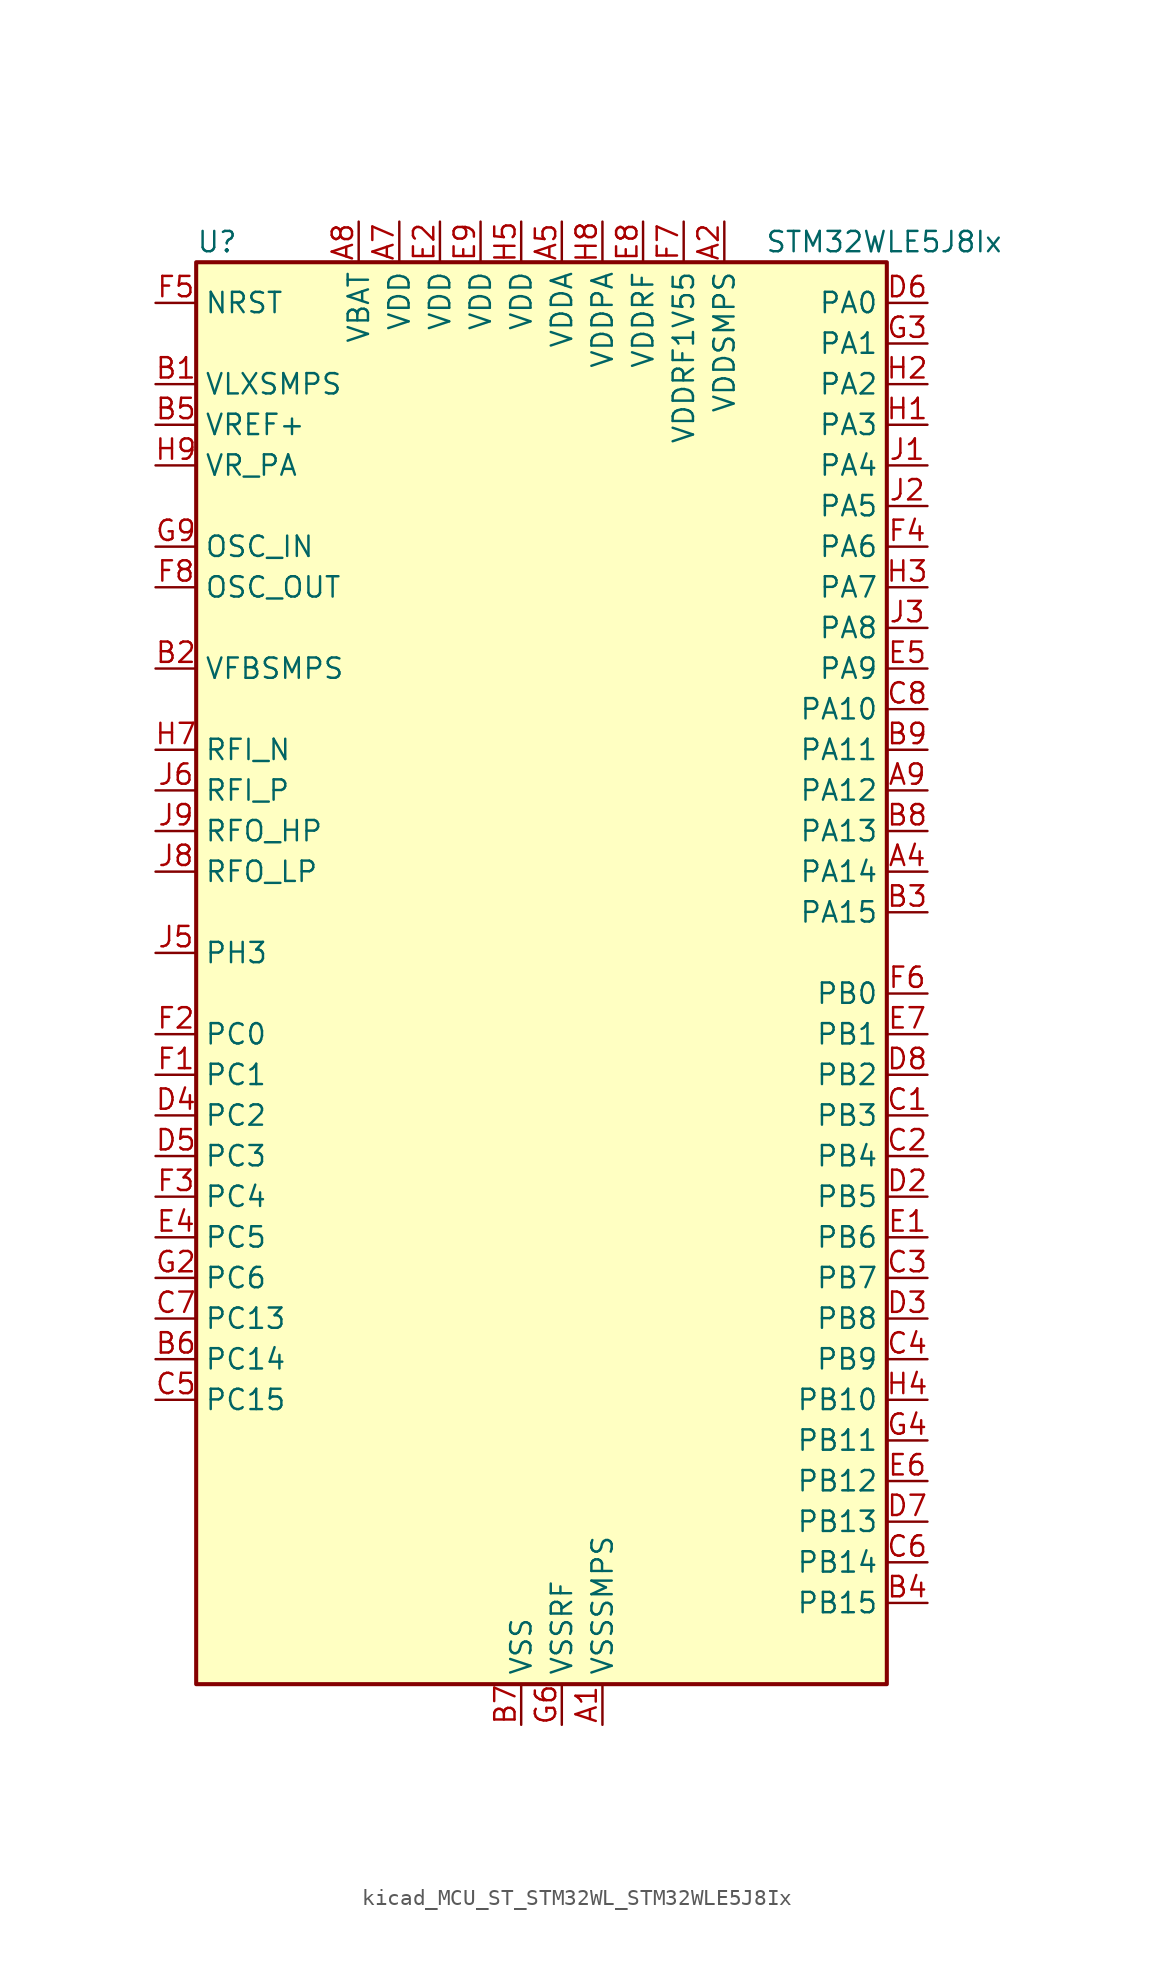
<source format=kicad_sym>
(kicad_symbol_lib
  (version 20220914)
  (generator kicad_symbol_editor)
  (symbol "kicad_MCU_ST_STM32WL_STM32WLE5J8Ix"
    (property "Reference" "U"
      (at -20.32 46.99 0)
      (effects (font (size 1.27 1.27)) (justify left)))
    (property "Value" "STM32WLE5J8Ix"
      (at 15.24 46.99 0)
      (effects (font (size 1.27 1.27)) (justify left)))
    (property "ki_locked" ""
      (at 0 0 0)
      (effects (font (size 1.27 1.27))))
    (symbol "kicad_MCU_ST_STM32WL_STM32WLE5J8Ix_0_1"
      (rectangle (start -20.32 -43.18) (end 22.86 45.72) (stroke (width 0.254) (type default)) (fill (type background))))
    (symbol "kicad_MCU_ST_STM32WL_STM32WLE5J8Ix_1_1"
      (pin power_in line (at 5.08 -45.72 90) (length 2.54) (name "VSSSMPS" (effects (font (size 1.27 1.27)))) (number "A1" (effects (font (size 1.27 1.27)))))
      (pin power_in line (at 12.7 48.26 270) (length 2.54) (name "VDDSMPS" (effects (font (size 1.27 1.27)))) (number "A2" (effects (font (size 1.27 1.27)))))
      (pin bidirectional line (at 25.4 7.62 180) (length 2.54) (name "PA14" (effects (font (size 1.27 1.27)))) (number "A4" (effects (font (size 1.27 1.27)))) (alternate "ADC_IN10" bidirectional line) (alternate "DEBUG_JTCK-SWCLK" bidirectional line) (alternate "I2C1_SMBA" bidirectional line) (alternate "LPTIM1_OUT" bidirectional line))
      (pin power_in line (at 2.54 48.26 270) (length 2.54) (name "VDDA" (effects (font (size 1.27 1.27)))) (number "A5" (effects (font (size 1.27 1.27)))))
      (pin power_in line (at -7.62 48.26 270) (length 2.54) (name "VDD" (effects (font (size 1.27 1.27)))) (number "A7" (effects (font (size 1.27 1.27)))))
      (pin power_in line (at -10.16 48.26 270) (length 2.54) (name "VBAT" (effects (font (size 1.27 1.27)))) (number "A8" (effects (font (size 1.27 1.27)))))
      (pin bidirectional line (at 25.4 12.7 180) (length 2.54) (name "PA12" (effects (font (size 1.27 1.27)))) (number "A9" (effects (font (size 1.27 1.27)))) (alternate "ADC_IN8" bidirectional line) (alternate "DEBUG_RF-BUSY" bidirectional line) (alternate "I2C2_SCL" bidirectional line) (alternate "LPTIM3_IN1" bidirectional line) (alternate "SPI1_MOSI" bidirectional line) (alternate "TIM1_ETR" bidirectional line) (alternate "USART1_DE" bidirectional line) (alternate "USART1_RTS" bidirectional line))
      (pin power_in line (at -22.86 38.1 0) (length 2.54) (name "VLXSMPS" (effects (font (size 1.27 1.27)))) (number "B1" (effects (font (size 1.27 1.27)))))
      (pin input line (at -22.86 20.32 0) (length 2.54) (name "VFBSMPS" (effects (font (size 1.27 1.27)))) (number "B2" (effects (font (size 1.27 1.27)))))
      (pin bidirectional line (at 25.4 5.08 180) (length 2.54) (name "PA15" (effects (font (size 1.27 1.27)))) (number "B3" (effects (font (size 1.27 1.27)))) (alternate "ADC_IN11" bidirectional line) (alternate "COMP1_INM" bidirectional line) (alternate "COMP2_INP" bidirectional line) (alternate "DEBUG_JTDI" bidirectional line) (alternate "I2C2_SDA" bidirectional line) (alternate "SPI1_NSS" bidirectional line) (alternate "TIM2_CH1" bidirectional line) (alternate "TIM2_ETR" bidirectional line))
      (pin bidirectional line (at 25.4 -38.1 180) (length 2.54) (name "PB15" (effects (font (size 1.27 1.27)))) (number "B4" (effects (font (size 1.27 1.27)))) (alternate "I2C2_SCL" bidirectional line) (alternate "I2S2_SD" bidirectional line) (alternate "SPI2_MOSI" bidirectional line) (alternate "TIM1_CH3N" bidirectional line))
      (pin input line (at -22.86 35.56 0) (length 2.54) (name "VREF+" (effects (font (size 1.27 1.27)))) (number "B5" (effects (font (size 1.27 1.27)))) (alternate "VREFBUF_OUT" bidirectional line))
      (pin bidirectional line (at -22.86 -22.86 0) (length 2.54) (name "PC14" (effects (font (size 1.27 1.27)))) (number "B6" (effects (font (size 1.27 1.27)))) (alternate "RCC_OSC32_IN" bidirectional line))
      (pin power_in line (at 0 -45.72 90) (length 2.54) (name "VSS" (effects (font (size 1.27 1.27)))) (number "B7" (effects (font (size 1.27 1.27)))))
      (pin bidirectional line (at 25.4 10.16 180) (length 2.54) (name "PA13" (effects (font (size 1.27 1.27)))) (number "B8" (effects (font (size 1.27 1.27)))) (alternate "ADC_IN9" bidirectional line) (alternate "DEBUG_JTMS-SWDIO" bidirectional line) (alternate "I2C2_SMBA" bidirectional line) (alternate "IR_OUT" bidirectional line))
      (pin bidirectional line (at 25.4 15.24 180) (length 2.54) (name "PA11" (effects (font (size 1.27 1.27)))) (number "B9" (effects (font (size 1.27 1.27)))) (alternate "ADC_EXTI11" bidirectional line) (alternate "ADC_IN7" bidirectional line) (alternate "COMP1_INM" bidirectional line) (alternate "COMP2_INM" bidirectional line) (alternate "DEBUG_RF-NRESET" bidirectional line) (alternate "I2C2_SDA" bidirectional line) (alternate "LPTIM3_ETR" bidirectional line) (alternate "SPI1_MISO" bidirectional line) (alternate "TIM1_BKIN2" bidirectional line) (alternate "TIM1_CH4" bidirectional line) (alternate "USART1_CTS" bidirectional line) (alternate "USART1_NSS" bidirectional line))
      (pin bidirectional line (at 25.4 -7.62 180) (length 2.54) (name "PB3" (effects (font (size 1.27 1.27)))) (number "C1" (effects (font (size 1.27 1.27)))) (alternate "ADC_IN2" bidirectional line) (alternate "COMP1_INM" bidirectional line) (alternate "COMP2_INM" bidirectional line) (alternate "DEBUG_JTDO-SWO" bidirectional line) (alternate "DEBUG_RF-DTB1" bidirectional line) (alternate "PWR_WKUP3" bidirectional line) (alternate "RTC_TAMP_IN3" bidirectional line) (alternate "SPI1_SCK" bidirectional line) (alternate "TIM2_CH2" bidirectional line) (alternate "USART1_DE" bidirectional line) (alternate "USART1_RTS" bidirectional line))
      (pin bidirectional line (at 25.4 -10.16 180) (length 2.54) (name "PB4" (effects (font (size 1.27 1.27)))) (number "C2" (effects (font (size 1.27 1.27)))) (alternate "ADC_IN3" bidirectional line) (alternate "COMP1_INP" bidirectional line) (alternate "COMP2_INP" bidirectional line) (alternate "DEBUG_JTRST" bidirectional line) (alternate "DEBUG_RF-LDORDY" bidirectional line) (alternate "I2C3_SDA" bidirectional line) (alternate "SPI1_MISO" bidirectional line) (alternate "TIM17_BKIN" bidirectional line) (alternate "USART1_CTS" bidirectional line) (alternate "USART1_NSS" bidirectional line))
      (pin bidirectional line (at 25.4 -17.78 180) (length 2.54) (name "PB7" (effects (font (size 1.27 1.27)))) (number "C3" (effects (font (size 1.27 1.27)))) (alternate "I2C1_SDA" bidirectional line) (alternate "LPTIM1_IN2" bidirectional line) (alternate "PWR_PVD_IN" bidirectional line) (alternate "TIM17_CH1N" bidirectional line) (alternate "TIM1_BKIN" bidirectional line) (alternate "USART1_RX" bidirectional line))
      (pin bidirectional line (at 25.4 -22.86 180) (length 2.54) (name "PB9" (effects (font (size 1.27 1.27)))) (number "C4" (effects (font (size 1.27 1.27)))) (alternate "DAC_EXTI9" bidirectional line) (alternate "I2C1_SDA" bidirectional line) (alternate "I2S2_WS" bidirectional line) (alternate "IR_OUT" bidirectional line) (alternate "SPI2_NSS" bidirectional line) (alternate "TIM17_CH1" bidirectional line) (alternate "TIM1_CH3N" bidirectional line))
      (pin bidirectional line (at -22.86 -25.4 0) (length 2.54) (name "PC15" (effects (font (size 1.27 1.27)))) (number "C5" (effects (font (size 1.27 1.27)))) (alternate "RCC_OSC32_OUT" bidirectional line))
      (pin bidirectional line (at 25.4 -35.56 180) (length 2.54) (name "PB14" (effects (font (size 1.27 1.27)))) (number "C6" (effects (font (size 1.27 1.27)))) (alternate "ADC_IN1" bidirectional line) (alternate "I2C3_SDA" bidirectional line) (alternate "I2S2_MCK" bidirectional line) (alternate "SPI2_MISO" bidirectional line) (alternate "TIM1_CH2N" bidirectional line))
      (pin bidirectional line (at -22.86 -20.32 0) (length 2.54) (name "PC13" (effects (font (size 1.27 1.27)))) (number "C7" (effects (font (size 1.27 1.27)))) (alternate "PWR_WKUP2" bidirectional line) (alternate "RTC_OUT1" bidirectional line) (alternate "RTC_TAMP_IN1" bidirectional line) (alternate "RTC_TS" bidirectional line))
      (pin bidirectional line (at 25.4 17.78 180) (length 2.54) (name "PA10" (effects (font (size 1.27 1.27)))) (number "C8" (effects (font (size 1.27 1.27)))) (alternate "ADC_IN6" bidirectional line) (alternate "COMP1_INM" bidirectional line) (alternate "COMP2_INM" bidirectional line) (alternate "DAC_OUT1" bidirectional line) (alternate "DEBUG_RF-HSE32RDY" bidirectional line) (alternate "I2C1_SDA" bidirectional line) (alternate "I2S2_SD" bidirectional line) (alternate "RTC_REFIN" bidirectional line) (alternate "SPI2_MOSI" bidirectional line) (alternate "TIM17_BKIN" bidirectional line) (alternate "TIM1_CH3" bidirectional line) (alternate "USART1_RX" bidirectional line))
      (pin bidirectional line (at 25.4 -12.7 180) (length 2.54) (name "PB5" (effects (font (size 1.27 1.27)))) (number "D2" (effects (font (size 1.27 1.27)))) (alternate "COMP2_OUT" bidirectional line) (alternate "I2C1_SMBA" bidirectional line) (alternate "LPTIM1_IN1" bidirectional line) (alternate "SPI1_MOSI" bidirectional line) (alternate "TIM16_BKIN" bidirectional line) (alternate "USART1_CK" bidirectional line))
      (pin bidirectional line (at 25.4 -20.32 180) (length 2.54) (name "PB8" (effects (font (size 1.27 1.27)))) (number "D3" (effects (font (size 1.27 1.27)))) (alternate "I2C1_SCL" bidirectional line) (alternate "TIM16_CH1" bidirectional line) (alternate "TIM1_CH2N" bidirectional line))
      (pin bidirectional line (at -22.86 -7.62 0) (length 2.54) (name "PC2" (effects (font (size 1.27 1.27)))) (number "D4" (effects (font (size 1.27 1.27)))) (alternate "LPTIM1_IN2" bidirectional line) (alternate "SPI2_MISO" bidirectional line))
      (pin bidirectional line (at -22.86 -10.16 0) (length 2.54) (name "PC3" (effects (font (size 1.27 1.27)))) (number "D5" (effects (font (size 1.27 1.27)))) (alternate "I2S2_SD" bidirectional line) (alternate "LPTIM1_ETR" bidirectional line) (alternate "LPTIM2_ETR" bidirectional line) (alternate "SPI2_MOSI" bidirectional line))
      (pin bidirectional line (at 25.4 43.18 180) (length 2.54) (name "PA0" (effects (font (size 1.27 1.27)))) (number "D6" (effects (font (size 1.27 1.27)))) (alternate "COMP1_OUT" bidirectional line) (alternate "DEBUG_PWR-REGLP1S" bidirectional line) (alternate "I2C3_SMBA" bidirectional line) (alternate "I2S_CKIN" bidirectional line) (alternate "PWR_WKUP1" bidirectional line) (alternate "RTC_TAMP_IN2" bidirectional line) (alternate "TIM2_CH1" bidirectional line) (alternate "TIM2_ETR" bidirectional line) (alternate "USART2_CTS" bidirectional line) (alternate "USART2_NSS" bidirectional line))
      (pin bidirectional line (at 25.4 -33.02 180) (length 2.54) (name "PB13" (effects (font (size 1.27 1.27)))) (number "D7" (effects (font (size 1.27 1.27)))) (alternate "ADC_IN0" bidirectional line) (alternate "I2C3_SCL" bidirectional line) (alternate "I2S2_CK" bidirectional line) (alternate "LPUART1_CTS" bidirectional line) (alternate "SPI2_SCK" bidirectional line) (alternate "TIM1_CH1N" bidirectional line))
      (pin bidirectional line (at 25.4 -5.08 180) (length 2.54) (name "PB2" (effects (font (size 1.27 1.27)))) (number "D8" (effects (font (size 1.27 1.27)))) (alternate "ADC_IN4" bidirectional line) (alternate "COMP1_INP" bidirectional line) (alternate "COMP2_INM" bidirectional line) (alternate "DEBUG_RF-SMPSRDY" bidirectional line) (alternate "I2C3_SMBA" bidirectional line) (alternate "LPTIM1_OUT" bidirectional line) (alternate "SPI1_NSS" bidirectional line))
      (pin passive line (at 0 -45.72 90) (length 2.54) hide (name "VSS" (effects (font (size 1.27 1.27)))) (number "D9" (effects (font (size 1.27 1.27)))))
      (pin bidirectional line (at 25.4 -15.24 180) (length 2.54) (name "PB6" (effects (font (size 1.27 1.27)))) (number "E1" (effects (font (size 1.27 1.27)))) (alternate "I2C1_SCL" bidirectional line) (alternate "LPTIM1_ETR" bidirectional line) (alternate "TIM16_CH1N" bidirectional line) (alternate "USART1_TX" bidirectional line))
      (pin power_in line (at -5.08 48.26 270) (length 2.54) (name "VDD" (effects (font (size 1.27 1.27)))) (number "E2" (effects (font (size 1.27 1.27)))))
      (pin passive line (at 0 -45.72 90) (length 2.54) hide (name "VSS" (effects (font (size 1.27 1.27)))) (number "E3" (effects (font (size 1.27 1.27)))))
      (pin bidirectional line (at -22.86 -15.24 0) (length 2.54) (name "PC5" (effects (font (size 1.27 1.27)))) (number "E4" (effects (font (size 1.27 1.27)))))
      (pin bidirectional line (at 25.4 20.32 180) (length 2.54) (name "PA9" (effects (font (size 1.27 1.27)))) (number "E5" (effects (font (size 1.27 1.27)))) (alternate "DAC_EXTI9" bidirectional line) (alternate "I2C1_SCL" bidirectional line) (alternate "I2S2_CK" bidirectional line) (alternate "I2S2_WS" bidirectional line) (alternate "SPI2_NSS" bidirectional line) (alternate "SPI2_SCK" bidirectional line) (alternate "TIM1_CH2" bidirectional line) (alternate "USART1_TX" bidirectional line))
      (pin bidirectional line (at 25.4 -30.48 180) (length 2.54) (name "PB12" (effects (font (size 1.27 1.27)))) (number "E6" (effects (font (size 1.27 1.27)))) (alternate "I2C3_SMBA" bidirectional line) (alternate "I2S2_WS" bidirectional line) (alternate "LPUART1_RTS" bidirectional line) (alternate "SPI2_NSS" bidirectional line) (alternate "TIM1_BKIN" bidirectional line))
      (pin bidirectional line (at 25.4 -2.54 180) (length 2.54) (name "PB1" (effects (font (size 1.27 1.27)))) (number "E7" (effects (font (size 1.27 1.27)))) (alternate "ADC_IN5" bidirectional line) (alternate "COMP2_INP" bidirectional line) (alternate "LPTIM2_IN1" bidirectional line) (alternate "LPUART1_DE" bidirectional line) (alternate "LPUART1_RTS" bidirectional line))
      (pin power_in line (at 7.62 48.26 270) (length 2.54) (name "VDDRF" (effects (font (size 1.27 1.27)))) (number "E8" (effects (font (size 1.27 1.27)))))
      (pin power_in line (at -2.54 48.26 270) (length 2.54) (name "VDD" (effects (font (size 1.27 1.27)))) (number "E9" (effects (font (size 1.27 1.27)))))
      (pin bidirectional line (at -22.86 -5.08 0) (length 2.54) (name "PC1" (effects (font (size 1.27 1.27)))) (number "F1" (effects (font (size 1.27 1.27)))) (alternate "I2C3_SDA" bidirectional line) (alternate "I2S2_SD" bidirectional line) (alternate "LPTIM1_OUT" bidirectional line) (alternate "LPUART1_TX" bidirectional line) (alternate "SPI2_MOSI" bidirectional line))
      (pin bidirectional line (at -22.86 -2.54 0) (length 2.54) (name "PC0" (effects (font (size 1.27 1.27)))) (number "F2" (effects (font (size 1.27 1.27)))) (alternate "I2C3_SCL" bidirectional line) (alternate "LPTIM1_IN1" bidirectional line) (alternate "LPTIM2_IN1" bidirectional line) (alternate "LPUART1_RX" bidirectional line))
      (pin bidirectional line (at -22.86 -12.7 0) (length 2.54) (name "PC4" (effects (font (size 1.27 1.27)))) (number "F3" (effects (font (size 1.27 1.27)))))
      (pin bidirectional line (at 25.4 27.94 180) (length 2.54) (name "PA6" (effects (font (size 1.27 1.27)))) (number "F4" (effects (font (size 1.27 1.27)))) (alternate "DEBUG_SUBGHZSPI-MISOOUT" bidirectional line) (alternate "I2C2_SMBA" bidirectional line) (alternate "LPUART1_CTS" bidirectional line) (alternate "SPI1_MISO" bidirectional line) (alternate "TIM16_CH1" bidirectional line) (alternate "TIM1_BKIN" bidirectional line))
      (pin input line (at -22.86 43.18 0) (length 2.54) (name "NRST" (effects (font (size 1.27 1.27)))) (number "F5" (effects (font (size 1.27 1.27)))))
      (pin bidirectional line (at 25.4 0 180) (length 2.54) (name "PB0" (effects (font (size 1.27 1.27)))) (number "F6" (effects (font (size 1.27 1.27)))) (alternate "COMP1_OUT" bidirectional line) (alternate "VDDTCXO" bidirectional line))
      (pin power_in line (at 10.16 48.26 270) (length 2.54) (name "VDDRF1V55" (effects (font (size 1.27 1.27)))) (number "F7" (effects (font (size 1.27 1.27)))))
      (pin input line (at -22.86 25.4 0) (length 2.54) (name "OSC_OUT" (effects (font (size 1.27 1.27)))) (number "F8" (effects (font (size 1.27 1.27)))) (alternate "RCC_OSC_OUT" bidirectional line))
      (pin bidirectional line (at -22.86 -17.78 0) (length 2.54) (name "PC6" (effects (font (size 1.27 1.27)))) (number "G2" (effects (font (size 1.27 1.27)))) (alternate "I2S2_MCK" bidirectional line))
      (pin bidirectional line (at 25.4 40.64 180) (length 2.54) (name "PA1" (effects (font (size 1.27 1.27)))) (number "G3" (effects (font (size 1.27 1.27)))) (alternate "DEBUG_PWR-REGLP2S" bidirectional line) (alternate "I2C1_SMBA" bidirectional line) (alternate "LPTIM3_OUT" bidirectional line) (alternate "LPUART1_RTS" bidirectional line) (alternate "SPI1_SCK" bidirectional line) (alternate "TIM2_CH2" bidirectional line) (alternate "USART2_DE" bidirectional line) (alternate "USART2_RTS" bidirectional line))
      (pin bidirectional line (at 25.4 -27.94 180) (length 2.54) (name "PB11" (effects (font (size 1.27 1.27)))) (number "G4" (effects (font (size 1.27 1.27)))) (alternate "ADC_EXTI11" bidirectional line) (alternate "COMP2_OUT" bidirectional line) (alternate "I2C3_SDA" bidirectional line) (alternate "LPUART1_TX" bidirectional line) (alternate "TIM2_CH4" bidirectional line))
      (pin passive line (at 0 -45.72 90) (length 2.54) hide (name "VSS" (effects (font (size 1.27 1.27)))) (number "G5" (effects (font (size 1.27 1.27)))))
      (pin power_in line (at 2.54 -45.72 90) (length 2.54) (name "VSSRF" (effects (font (size 1.27 1.27)))) (number "G6" (effects (font (size 1.27 1.27)))))
      (pin passive line (at 2.54 -45.72 90) (length 2.54) hide (name "VSSRF" (effects (font (size 1.27 1.27)))) (number "G7" (effects (font (size 1.27 1.27)))))
      (pin passive line (at 2.54 -45.72 90) (length 2.54) hide (name "VSSRF" (effects (font (size 1.27 1.27)))) (number "G8" (effects (font (size 1.27 1.27)))))
      (pin input line (at -22.86 27.94 0) (length 2.54) (name "OSC_IN" (effects (font (size 1.27 1.27)))) (number "G9" (effects (font (size 1.27 1.27)))) (alternate "RCC_OSC_IN" bidirectional line))
      (pin bidirectional line (at 25.4 35.56 180) (length 2.54) (name "PA3" (effects (font (size 1.27 1.27)))) (number "H1" (effects (font (size 1.27 1.27)))) (alternate "I2S2_MCK" bidirectional line) (alternate "LPUART1_RX" bidirectional line) (alternate "TIM2_CH4" bidirectional line) (alternate "USART2_RX" bidirectional line))
      (pin bidirectional line (at 25.4 38.1 180) (length 2.54) (name "PA2" (effects (font (size 1.27 1.27)))) (number "H2" (effects (font (size 1.27 1.27)))) (alternate "COMP2_OUT" bidirectional line) (alternate "DEBUG_PWR-LDORDY" bidirectional line) (alternate "LPUART1_TX" bidirectional line) (alternate "RCC_LSCO" bidirectional line) (alternate "TIM2_CH3" bidirectional line) (alternate "USART2_TX" bidirectional line))
      (pin bidirectional line (at 25.4 25.4 180) (length 2.54) (name "PA7" (effects (font (size 1.27 1.27)))) (number "H3" (effects (font (size 1.27 1.27)))) (alternate "COMP2_OUT" bidirectional line) (alternate "DEBUG_SUBGHZSPI-MOSIOUT" bidirectional line) (alternate "I2C3_SCL" bidirectional line) (alternate "SPI1_MOSI" bidirectional line) (alternate "TIM17_CH1" bidirectional line) (alternate "TIM1_CH1N" bidirectional line))
      (pin bidirectional line (at 25.4 -25.4 180) (length 2.54) (name "PB10" (effects (font (size 1.27 1.27)))) (number "H4" (effects (font (size 1.27 1.27)))) (alternate "COMP1_OUT" bidirectional line) (alternate "I2C3_SCL" bidirectional line) (alternate "I2S2_CK" bidirectional line) (alternate "LPUART1_RX" bidirectional line) (alternate "SPI2_SCK" bidirectional line) (alternate "TIM2_CH3" bidirectional line))
      (pin power_in line (at 0 48.26 270) (length 2.54) (name "VDD" (effects (font (size 1.27 1.27)))) (number "H5" (effects (font (size 1.27 1.27)))))
      (pin passive line (at 2.54 -45.72 90) (length 2.54) hide (name "VSSRF" (effects (font (size 1.27 1.27)))) (number "H6" (effects (font (size 1.27 1.27)))))
      (pin bidirectional line (at -22.86 15.24 0) (length 2.54) (name "RFI_N" (effects (font (size 1.27 1.27)))) (number "H7" (effects (font (size 1.27 1.27)))))
      (pin power_in line (at 5.08 48.26 270) (length 2.54) (name "VDDPA" (effects (font (size 1.27 1.27)))) (number "H8" (effects (font (size 1.27 1.27)))))
      (pin power_in line (at -22.86 33.02 0) (length 2.54) (name "VR_PA" (effects (font (size 1.27 1.27)))) (number "H9" (effects (font (size 1.27 1.27)))))
      (pin bidirectional line (at 25.4 33.02 180) (length 2.54) (name "PA4" (effects (font (size 1.27 1.27)))) (number "J1" (effects (font (size 1.27 1.27)))) (alternate "DEBUG_SUBGHZSPI-NSSOUT" bidirectional line) (alternate "LPTIM1_OUT" bidirectional line) (alternate "LPTIM2_OUT" bidirectional line) (alternate "RTC_OUT2" bidirectional line) (alternate "SPI1_NSS" bidirectional line) (alternate "USART2_CK" bidirectional line))
      (pin bidirectional line (at 25.4 30.48 180) (length 2.54) (name "PA5" (effects (font (size 1.27 1.27)))) (number "J2" (effects (font (size 1.27 1.27)))) (alternate "DEBUG_SUBGHZSPI-SCKOUT" bidirectional line) (alternate "LPTIM2_ETR" bidirectional line) (alternate "SPI1_SCK" bidirectional line) (alternate "SPI2_MISO" bidirectional line) (alternate "TIM2_CH1" bidirectional line) (alternate "TIM2_ETR" bidirectional line))
      (pin bidirectional line (at 25.4 22.86 180) (length 2.54) (name "PA8" (effects (font (size 1.27 1.27)))) (number "J3" (effects (font (size 1.27 1.27)))) (alternate "I2S2_CK" bidirectional line) (alternate "LPTIM2_OUT" bidirectional line) (alternate "RCC_MCO" bidirectional line) (alternate "SPI2_SCK" bidirectional line) (alternate "TIM1_CH1" bidirectional line) (alternate "USART1_CK" bidirectional line))
      (pin bidirectional line (at -22.86 2.54 0) (length 2.54) (name "PH3" (effects (font (size 1.27 1.27)))) (number "J5" (effects (font (size 1.27 1.27)))))
      (pin bidirectional line (at -22.86 12.7 0) (length 2.54) (name "RFI_P" (effects (font (size 1.27 1.27)))) (number "J6" (effects (font (size 1.27 1.27)))))
      (pin bidirectional line (at -22.86 7.62 0) (length 2.54) (name "RFO_LP" (effects (font (size 1.27 1.27)))) (number "J8" (effects (font (size 1.27 1.27)))))
      (pin bidirectional line (at -22.86 10.16 0) (length 2.54) (name "RFO_HP" (effects (font (size 1.27 1.27)))) (number "J9" (effects (font (size 1.27 1.27))))))))
</source>
